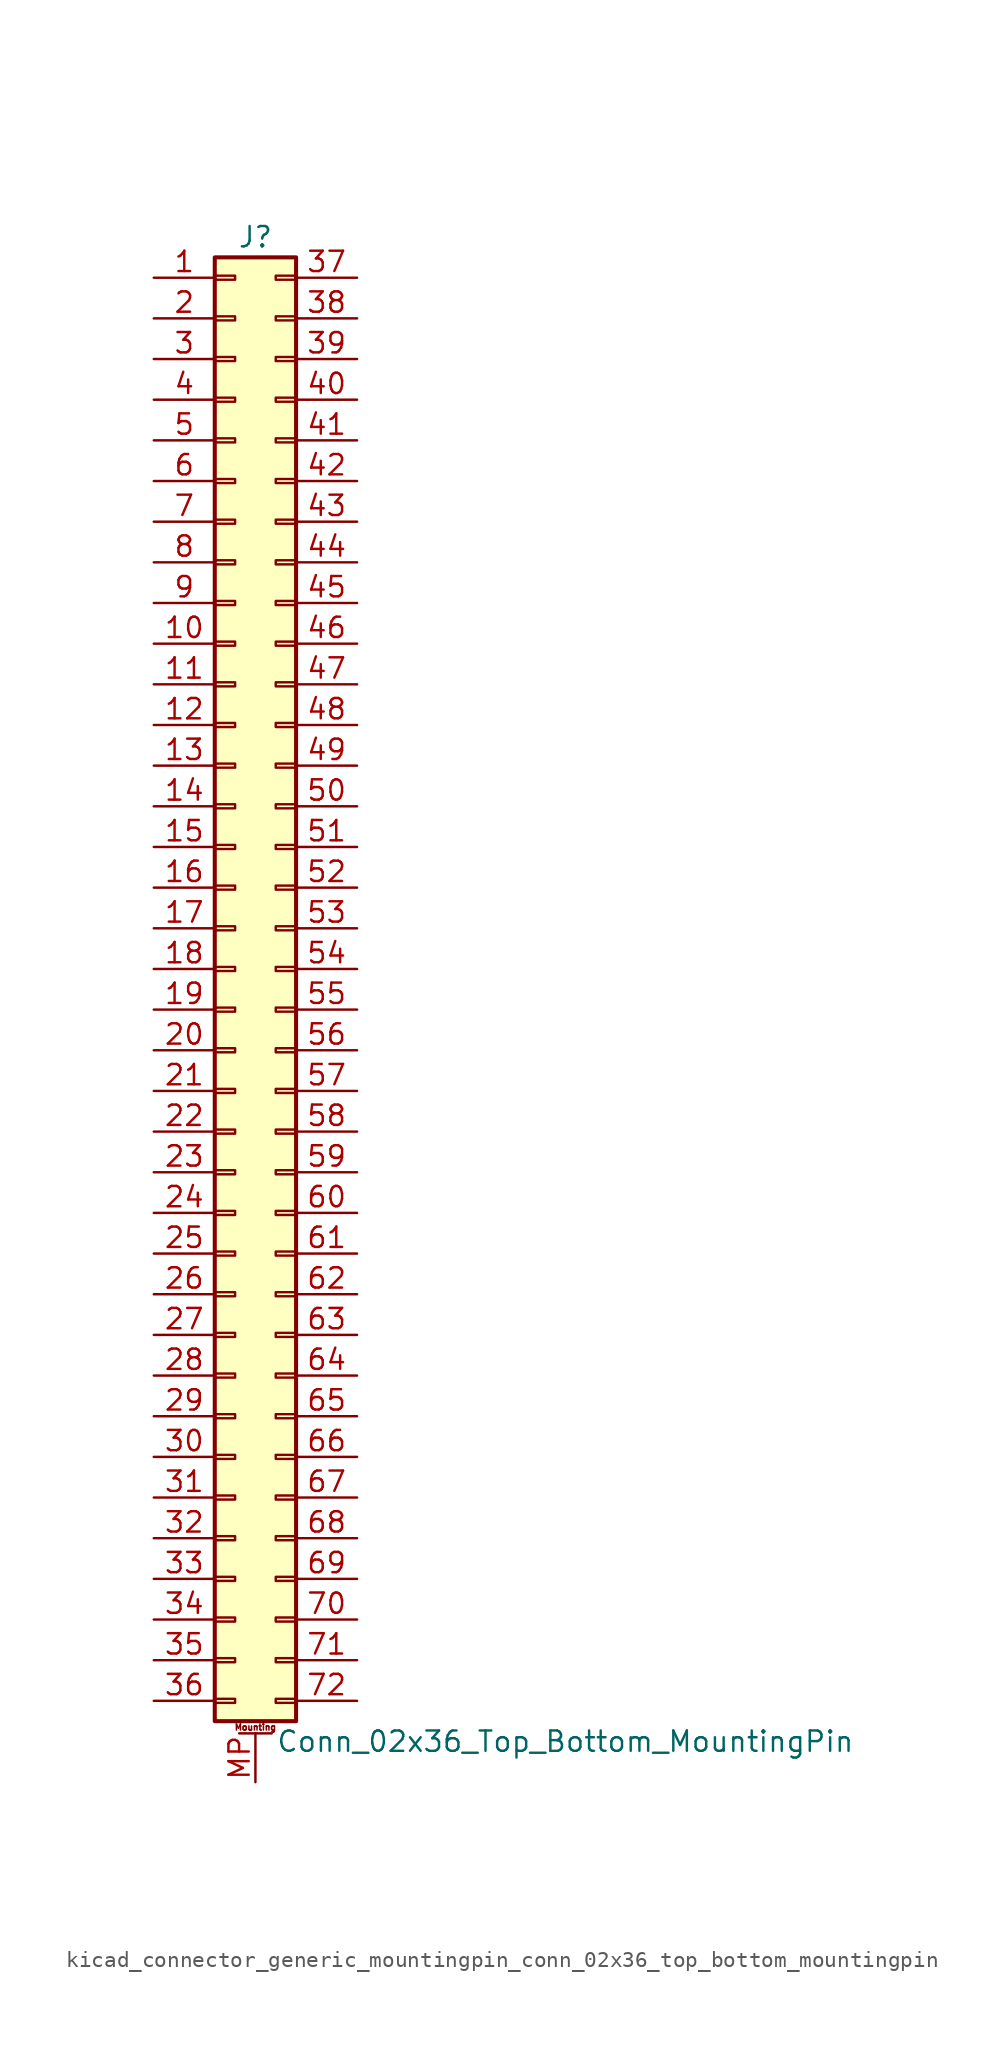
<source format=kicad_sym>
(kicad_symbol_lib
  (version 20220914)
  (generator kicad_symbol_editor)
  (symbol "kicad_connector_generic_mountingpin_conn_02x36_top_bottom_mountingpin"
    (pin_names
      (offset 1.016) hide)
    (property "Reference" "J"
      (at 1.27 45.72 0)
      (effects (font (size 1.27 1.27))))
    (property "Value" "Conn_02x36_Top_Bottom_MountingPin"
      (at 2.54 -48.26 0)
      (effects (font (size 1.27 1.27)) (justify left)))
    (symbol "kicad_connector_generic_mountingpin_conn_02x36_top_bottom_mountingpin_1_1"
      (rectangle (start -1.27 -45.593) (end 0 -45.847) (stroke (width 0.152) (type default)) (fill (type none)))
      (rectangle (start -1.27 -43.053) (end 0 -43.307) (stroke (width 0.152) (type default)) (fill (type none)))
      (rectangle (start -1.27 -40.513) (end 0 -40.767) (stroke (width 0.152) (type default)) (fill (type none)))
      (rectangle (start -1.27 -37.973) (end 0 -38.227) (stroke (width 0.152) (type default)) (fill (type none)))
      (rectangle (start -1.27 -35.433) (end 0 -35.687) (stroke (width 0.152) (type default)) (fill (type none)))
      (rectangle (start -1.27 -32.893) (end 0 -33.147) (stroke (width 0.152) (type default)) (fill (type none)))
      (rectangle (start -1.27 -30.353) (end 0 -30.607) (stroke (width 0.152) (type default)) (fill (type none)))
      (rectangle (start -1.27 -27.813) (end 0 -28.067) (stroke (width 0.152) (type default)) (fill (type none)))
      (rectangle (start -1.27 -25.273) (end 0 -25.527) (stroke (width 0.152) (type default)) (fill (type none)))
      (rectangle (start -1.27 -22.733) (end 0 -22.987) (stroke (width 0.152) (type default)) (fill (type none)))
      (rectangle (start -1.27 -20.193) (end 0 -20.447) (stroke (width 0.152) (type default)) (fill (type none)))
      (rectangle (start -1.27 -17.653) (end 0 -17.907) (stroke (width 0.152) (type default)) (fill (type none)))
      (rectangle (start -1.27 -15.113) (end 0 -15.367) (stroke (width 0.152) (type default)) (fill (type none)))
      (rectangle (start -1.27 -12.573) (end 0 -12.827) (stroke (width 0.152) (type default)) (fill (type none)))
      (rectangle (start -1.27 -10.033) (end 0 -10.287) (stroke (width 0.152) (type default)) (fill (type none)))
      (rectangle (start -1.27 -7.493) (end 0 -7.747) (stroke (width 0.152) (type default)) (fill (type none)))
      (rectangle (start -1.27 -4.953) (end 0 -5.207) (stroke (width 0.152) (type default)) (fill (type none)))
      (rectangle (start -1.27 -2.413) (end 0 -2.667) (stroke (width 0.152) (type default)) (fill (type none)))
      (rectangle (start -1.27 0.127) (end 0 -0.127) (stroke (width 0.152) (type default)) (fill (type none)))
      (rectangle (start -1.27 2.667) (end 0 2.413) (stroke (width 0.152) (type default)) (fill (type none)))
      (rectangle (start -1.27 5.207) (end 0 4.953) (stroke (width 0.152) (type default)) (fill (type none)))
      (rectangle (start -1.27 7.747) (end 0 7.493) (stroke (width 0.152) (type default)) (fill (type none)))
      (rectangle (start -1.27 10.287) (end 0 10.033) (stroke (width 0.152) (type default)) (fill (type none)))
      (rectangle (start -1.27 12.827) (end 0 12.573) (stroke (width 0.152) (type default)) (fill (type none)))
      (rectangle (start -1.27 15.367) (end 0 15.113) (stroke (width 0.152) (type default)) (fill (type none)))
      (rectangle (start -1.27 17.907) (end 0 17.653) (stroke (width 0.152) (type default)) (fill (type none)))
      (rectangle (start -1.27 20.447) (end 0 20.193) (stroke (width 0.152) (type default)) (fill (type none)))
      (rectangle (start -1.27 22.987) (end 0 22.733) (stroke (width 0.152) (type default)) (fill (type none)))
      (rectangle (start -1.27 25.527) (end 0 25.273) (stroke (width 0.152) (type default)) (fill (type none)))
      (rectangle (start -1.27 28.067) (end 0 27.813) (stroke (width 0.152) (type default)) (fill (type none)))
      (rectangle (start -1.27 30.607) (end 0 30.353) (stroke (width 0.152) (type default)) (fill (type none)))
      (rectangle (start -1.27 33.147) (end 0 32.893) (stroke (width 0.152) (type default)) (fill (type none)))
      (rectangle (start -1.27 35.687) (end 0 35.433) (stroke (width 0.152) (type default)) (fill (type none)))
      (rectangle (start -1.27 38.227) (end 0 37.973) (stroke (width 0.152) (type default)) (fill (type none)))
      (rectangle (start -1.27 40.767) (end 0 40.513) (stroke (width 0.152) (type default)) (fill (type none)))
      (rectangle (start -1.27 43.307) (end 0 43.053) (stroke (width 0.152) (type default)) (fill (type none)))
      (rectangle (start -1.27 44.45) (end 3.81 -46.99) (stroke (width 0.254) (type default)) (fill (type background)))
      (polyline (pts (xy 0.254 -47.752) (xy 2.286 -47.752)) (stroke (width 0.152) (type default)) (fill (type none)))
      (rectangle (start 3.81 -45.593) (end 2.54 -45.847) (stroke (width 0.152) (type default)) (fill (type none)))
      (rectangle (start 3.81 -43.053) (end 2.54 -43.307) (stroke (width 0.152) (type default)) (fill (type none)))
      (rectangle (start 3.81 -40.513) (end 2.54 -40.767) (stroke (width 0.152) (type default)) (fill (type none)))
      (rectangle (start 3.81 -37.973) (end 2.54 -38.227) (stroke (width 0.152) (type default)) (fill (type none)))
      (rectangle (start 3.81 -35.433) (end 2.54 -35.687) (stroke (width 0.152) (type default)) (fill (type none)))
      (rectangle (start 3.81 -32.893) (end 2.54 -33.147) (stroke (width 0.152) (type default)) (fill (type none)))
      (rectangle (start 3.81 -30.353) (end 2.54 -30.607) (stroke (width 0.152) (type default)) (fill (type none)))
      (rectangle (start 3.81 -27.813) (end 2.54 -28.067) (stroke (width 0.152) (type default)) (fill (type none)))
      (rectangle (start 3.81 -25.273) (end 2.54 -25.527) (stroke (width 0.152) (type default)) (fill (type none)))
      (rectangle (start 3.81 -22.733) (end 2.54 -22.987) (stroke (width 0.152) (type default)) (fill (type none)))
      (rectangle (start 3.81 -20.193) (end 2.54 -20.447) (stroke (width 0.152) (type default)) (fill (type none)))
      (rectangle (start 3.81 -17.653) (end 2.54 -17.907) (stroke (width 0.152) (type default)) (fill (type none)))
      (rectangle (start 3.81 -15.113) (end 2.54 -15.367) (stroke (width 0.152) (type default)) (fill (type none)))
      (rectangle (start 3.81 -12.573) (end 2.54 -12.827) (stroke (width 0.152) (type default)) (fill (type none)))
      (rectangle (start 3.81 -10.033) (end 2.54 -10.287) (stroke (width 0.152) (type default)) (fill (type none)))
      (rectangle (start 3.81 -7.493) (end 2.54 -7.747) (stroke (width 0.152) (type default)) (fill (type none)))
      (rectangle (start 3.81 -4.953) (end 2.54 -5.207) (stroke (width 0.152) (type default)) (fill (type none)))
      (rectangle (start 3.81 -2.413) (end 2.54 -2.667) (stroke (width 0.152) (type default)) (fill (type none)))
      (rectangle (start 3.81 0.127) (end 2.54 -0.127) (stroke (width 0.152) (type default)) (fill (type none)))
      (rectangle (start 3.81 2.667) (end 2.54 2.413) (stroke (width 0.152) (type default)) (fill (type none)))
      (rectangle (start 3.81 5.207) (end 2.54 4.953) (stroke (width 0.152) (type default)) (fill (type none)))
      (rectangle (start 3.81 7.747) (end 2.54 7.493) (stroke (width 0.152) (type default)) (fill (type none)))
      (rectangle (start 3.81 10.287) (end 2.54 10.033) (stroke (width 0.152) (type default)) (fill (type none)))
      (rectangle (start 3.81 12.827) (end 2.54 12.573) (stroke (width 0.152) (type default)) (fill (type none)))
      (rectangle (start 3.81 15.367) (end 2.54 15.113) (stroke (width 0.152) (type default)) (fill (type none)))
      (rectangle (start 3.81 17.907) (end 2.54 17.653) (stroke (width 0.152) (type default)) (fill (type none)))
      (rectangle (start 3.81 20.447) (end 2.54 20.193) (stroke (width 0.152) (type default)) (fill (type none)))
      (rectangle (start 3.81 22.987) (end 2.54 22.733) (stroke (width 0.152) (type default)) (fill (type none)))
      (rectangle (start 3.81 25.527) (end 2.54 25.273) (stroke (width 0.152) (type default)) (fill (type none)))
      (rectangle (start 3.81 28.067) (end 2.54 27.813) (stroke (width 0.152) (type default)) (fill (type none)))
      (rectangle (start 3.81 30.607) (end 2.54 30.353) (stroke (width 0.152) (type default)) (fill (type none)))
      (rectangle (start 3.81 33.147) (end 2.54 32.893) (stroke (width 0.152) (type default)) (fill (type none)))
      (rectangle (start 3.81 35.687) (end 2.54 35.433) (stroke (width 0.152) (type default)) (fill (type none)))
      (rectangle (start 3.81 38.227) (end 2.54 37.973) (stroke (width 0.152) (type default)) (fill (type none)))
      (rectangle (start 3.81 40.767) (end 2.54 40.513) (stroke (width 0.152) (type default)) (fill (type none)))
      (rectangle (start 3.81 43.307) (end 2.54 43.053) (stroke (width 0.152) (type default)) (fill (type none)))
      (text "Mounting" (at 1.27 -47.371 0) (effects (font (size 0.381 0.381))))
      (pin passive line (at -5.08 43.18 0) (length 3.81) (name "Pin_1" (effects (font (size 1.27 1.27)))) (number "1" (effects (font (size 1.27 1.27)))))
      (pin passive line (at -5.08 20.32 0) (length 3.81) (name "Pin_10" (effects (font (size 1.27 1.27)))) (number "10" (effects (font (size 1.27 1.27)))))
      (pin passive line (at -5.08 17.78 0) (length 3.81) (name "Pin_11" (effects (font (size 1.27 1.27)))) (number "11" (effects (font (size 1.27 1.27)))))
      (pin passive line (at -5.08 15.24 0) (length 3.81) (name "Pin_12" (effects (font (size 1.27 1.27)))) (number "12" (effects (font (size 1.27 1.27)))))
      (pin passive line (at -5.08 12.7 0) (length 3.81) (name "Pin_13" (effects (font (size 1.27 1.27)))) (number "13" (effects (font (size 1.27 1.27)))))
      (pin passive line (at -5.08 10.16 0) (length 3.81) (name "Pin_14" (effects (font (size 1.27 1.27)))) (number "14" (effects (font (size 1.27 1.27)))))
      (pin passive line (at -5.08 7.62 0) (length 3.81) (name "Pin_15" (effects (font (size 1.27 1.27)))) (number "15" (effects (font (size 1.27 1.27)))))
      (pin passive line (at -5.08 5.08 0) (length 3.81) (name "Pin_16" (effects (font (size 1.27 1.27)))) (number "16" (effects (font (size 1.27 1.27)))))
      (pin passive line (at -5.08 2.54 0) (length 3.81) (name "Pin_17" (effects (font (size 1.27 1.27)))) (number "17" (effects (font (size 1.27 1.27)))))
      (pin passive line (at -5.08 0 0) (length 3.81) (name "Pin_18" (effects (font (size 1.27 1.27)))) (number "18" (effects (font (size 1.27 1.27)))))
      (pin passive line (at -5.08 -2.54 0) (length 3.81) (name "Pin_19" (effects (font (size 1.27 1.27)))) (number "19" (effects (font (size 1.27 1.27)))))
      (pin passive line (at -5.08 40.64 0) (length 3.81) (name "Pin_2" (effects (font (size 1.27 1.27)))) (number "2" (effects (font (size 1.27 1.27)))))
      (pin passive line (at -5.08 -5.08 0) (length 3.81) (name "Pin_20" (effects (font (size 1.27 1.27)))) (number "20" (effects (font (size 1.27 1.27)))))
      (pin passive line (at -5.08 -7.62 0) (length 3.81) (name "Pin_21" (effects (font (size 1.27 1.27)))) (number "21" (effects (font (size 1.27 1.27)))))
      (pin passive line (at -5.08 -10.16 0) (length 3.81) (name "Pin_22" (effects (font (size 1.27 1.27)))) (number "22" (effects (font (size 1.27 1.27)))))
      (pin passive line (at -5.08 -12.7 0) (length 3.81) (name "Pin_23" (effects (font (size 1.27 1.27)))) (number "23" (effects (font (size 1.27 1.27)))))
      (pin passive line (at -5.08 -15.24 0) (length 3.81) (name "Pin_24" (effects (font (size 1.27 1.27)))) (number "24" (effects (font (size 1.27 1.27)))))
      (pin passive line (at -5.08 -17.78 0) (length 3.81) (name "Pin_25" (effects (font (size 1.27 1.27)))) (number "25" (effects (font (size 1.27 1.27)))))
      (pin passive line (at -5.08 -20.32 0) (length 3.81) (name "Pin_26" (effects (font (size 1.27 1.27)))) (number "26" (effects (font (size 1.27 1.27)))))
      (pin passive line (at -5.08 -22.86 0) (length 3.81) (name "Pin_27" (effects (font (size 1.27 1.27)))) (number "27" (effects (font (size 1.27 1.27)))))
      (pin passive line (at -5.08 -25.4 0) (length 3.81) (name "Pin_28" (effects (font (size 1.27 1.27)))) (number "28" (effects (font (size 1.27 1.27)))))
      (pin passive line (at -5.08 -27.94 0) (length 3.81) (name "Pin_29" (effects (font (size 1.27 1.27)))) (number "29" (effects (font (size 1.27 1.27)))))
      (pin passive line (at -5.08 38.1 0) (length 3.81) (name "Pin_3" (effects (font (size 1.27 1.27)))) (number "3" (effects (font (size 1.27 1.27)))))
      (pin passive line (at -5.08 -30.48 0) (length 3.81) (name "Pin_30" (effects (font (size 1.27 1.27)))) (number "30" (effects (font (size 1.27 1.27)))))
      (pin passive line (at -5.08 -33.02 0) (length 3.81) (name "Pin_31" (effects (font (size 1.27 1.27)))) (number "31" (effects (font (size 1.27 1.27)))))
      (pin passive line (at -5.08 -35.56 0) (length 3.81) (name "Pin_32" (effects (font (size 1.27 1.27)))) (number "32" (effects (font (size 1.27 1.27)))))
      (pin passive line (at -5.08 -38.1 0) (length 3.81) (name "Pin_33" (effects (font (size 1.27 1.27)))) (number "33" (effects (font (size 1.27 1.27)))))
      (pin passive line (at -5.08 -40.64 0) (length 3.81) (name "Pin_34" (effects (font (size 1.27 1.27)))) (number "34" (effects (font (size 1.27 1.27)))))
      (pin passive line (at -5.08 -43.18 0) (length 3.81) (name "Pin_35" (effects (font (size 1.27 1.27)))) (number "35" (effects (font (size 1.27 1.27)))))
      (pin passive line (at -5.08 -45.72 0) (length 3.81) (name "Pin_36" (effects (font (size 1.27 1.27)))) (number "36" (effects (font (size 1.27 1.27)))))
      (pin passive line (at 7.62 43.18 180) (length 3.81) (name "Pin_37" (effects (font (size 1.27 1.27)))) (number "37" (effects (font (size 1.27 1.27)))))
      (pin passive line (at 7.62 40.64 180) (length 3.81) (name "Pin_38" (effects (font (size 1.27 1.27)))) (number "38" (effects (font (size 1.27 1.27)))))
      (pin passive line (at 7.62 38.1 180) (length 3.81) (name "Pin_39" (effects (font (size 1.27 1.27)))) (number "39" (effects (font (size 1.27 1.27)))))
      (pin passive line (at -5.08 35.56 0) (length 3.81) (name "Pin_4" (effects (font (size 1.27 1.27)))) (number "4" (effects (font (size 1.27 1.27)))))
      (pin passive line (at 7.62 35.56 180) (length 3.81) (name "Pin_40" (effects (font (size 1.27 1.27)))) (number "40" (effects (font (size 1.27 1.27)))))
      (pin passive line (at 7.62 33.02 180) (length 3.81) (name "Pin_41" (effects (font (size 1.27 1.27)))) (number "41" (effects (font (size 1.27 1.27)))))
      (pin passive line (at 7.62 30.48 180) (length 3.81) (name "Pin_42" (effects (font (size 1.27 1.27)))) (number "42" (effects (font (size 1.27 1.27)))))
      (pin passive line (at 7.62 27.94 180) (length 3.81) (name "Pin_43" (effects (font (size 1.27 1.27)))) (number "43" (effects (font (size 1.27 1.27)))))
      (pin passive line (at 7.62 25.4 180) (length 3.81) (name "Pin_44" (effects (font (size 1.27 1.27)))) (number "44" (effects (font (size 1.27 1.27)))))
      (pin passive line (at 7.62 22.86 180) (length 3.81) (name "Pin_45" (effects (font (size 1.27 1.27)))) (number "45" (effects (font (size 1.27 1.27)))))
      (pin passive line (at 7.62 20.32 180) (length 3.81) (name "Pin_46" (effects (font (size 1.27 1.27)))) (number "46" (effects (font (size 1.27 1.27)))))
      (pin passive line (at 7.62 17.78 180) (length 3.81) (name "Pin_47" (effects (font (size 1.27 1.27)))) (number "47" (effects (font (size 1.27 1.27)))))
      (pin passive line (at 7.62 15.24 180) (length 3.81) (name "Pin_48" (effects (font (size 1.27 1.27)))) (number "48" (effects (font (size 1.27 1.27)))))
      (pin passive line (at 7.62 12.7 180) (length 3.81) (name "Pin_49" (effects (font (size 1.27 1.27)))) (number "49" (effects (font (size 1.27 1.27)))))
      (pin passive line (at -5.08 33.02 0) (length 3.81) (name "Pin_5" (effects (font (size 1.27 1.27)))) (number "5" (effects (font (size 1.27 1.27)))))
      (pin passive line (at 7.62 10.16 180) (length 3.81) (name "Pin_50" (effects (font (size 1.27 1.27)))) (number "50" (effects (font (size 1.27 1.27)))))
      (pin passive line (at 7.62 7.62 180) (length 3.81) (name "Pin_51" (effects (font (size 1.27 1.27)))) (number "51" (effects (font (size 1.27 1.27)))))
      (pin passive line (at 7.62 5.08 180) (length 3.81) (name "Pin_52" (effects (font (size 1.27 1.27)))) (number "52" (effects (font (size 1.27 1.27)))))
      (pin passive line (at 7.62 2.54 180) (length 3.81) (name "Pin_53" (effects (font (size 1.27 1.27)))) (number "53" (effects (font (size 1.27 1.27)))))
      (pin passive line (at 7.62 0 180) (length 3.81) (name "Pin_54" (effects (font (size 1.27 1.27)))) (number "54" (effects (font (size 1.27 1.27)))))
      (pin passive line (at 7.62 -2.54 180) (length 3.81) (name "Pin_55" (effects (font (size 1.27 1.27)))) (number "55" (effects (font (size 1.27 1.27)))))
      (pin passive line (at 7.62 -5.08 180) (length 3.81) (name "Pin_56" (effects (font (size 1.27 1.27)))) (number "56" (effects (font (size 1.27 1.27)))))
      (pin passive line (at 7.62 -7.62 180) (length 3.81) (name "Pin_57" (effects (font (size 1.27 1.27)))) (number "57" (effects (font (size 1.27 1.27)))))
      (pin passive line (at 7.62 -10.16 180) (length 3.81) (name "Pin_58" (effects (font (size 1.27 1.27)))) (number "58" (effects (font (size 1.27 1.27)))))
      (pin passive line (at 7.62 -12.7 180) (length 3.81) (name "Pin_59" (effects (font (size 1.27 1.27)))) (number "59" (effects (font (size 1.27 1.27)))))
      (pin passive line (at -5.08 30.48 0) (length 3.81) (name "Pin_6" (effects (font (size 1.27 1.27)))) (number "6" (effects (font (size 1.27 1.27)))))
      (pin passive line (at 7.62 -15.24 180) (length 3.81) (name "Pin_60" (effects (font (size 1.27 1.27)))) (number "60" (effects (font (size 1.27 1.27)))))
      (pin passive line (at 7.62 -17.78 180) (length 3.81) (name "Pin_61" (effects (font (size 1.27 1.27)))) (number "61" (effects (font (size 1.27 1.27)))))
      (pin passive line (at 7.62 -20.32 180) (length 3.81) (name "Pin_62" (effects (font (size 1.27 1.27)))) (number "62" (effects (font (size 1.27 1.27)))))
      (pin passive line (at 7.62 -22.86 180) (length 3.81) (name "Pin_63" (effects (font (size 1.27 1.27)))) (number "63" (effects (font (size 1.27 1.27)))))
      (pin passive line (at 7.62 -25.4 180) (length 3.81) (name "Pin_64" (effects (font (size 1.27 1.27)))) (number "64" (effects (font (size 1.27 1.27)))))
      (pin passive line (at 7.62 -27.94 180) (length 3.81) (name "Pin_65" (effects (font (size 1.27 1.27)))) (number "65" (effects (font (size 1.27 1.27)))))
      (pin passive line (at 7.62 -30.48 180) (length 3.81) (name "Pin_66" (effects (font (size 1.27 1.27)))) (number "66" (effects (font (size 1.27 1.27)))))
      (pin passive line (at 7.62 -33.02 180) (length 3.81) (name "Pin_67" (effects (font (size 1.27 1.27)))) (number "67" (effects (font (size 1.27 1.27)))))
      (pin passive line (at 7.62 -35.56 180) (length 3.81) (name "Pin_68" (effects (font (size 1.27 1.27)))) (number "68" (effects (font (size 1.27 1.27)))))
      (pin passive line (at 7.62 -38.1 180) (length 3.81) (name "Pin_69" (effects (font (size 1.27 1.27)))) (number "69" (effects (font (size 1.27 1.27)))))
      (pin passive line (at -5.08 27.94 0) (length 3.81) (name "Pin_7" (effects (font (size 1.27 1.27)))) (number "7" (effects (font (size 1.27 1.27)))))
      (pin passive line (at 7.62 -40.64 180) (length 3.81) (name "Pin_70" (effects (font (size 1.27 1.27)))) (number "70" (effects (font (size 1.27 1.27)))))
      (pin passive line (at 7.62 -43.18 180) (length 3.81) (name "Pin_71" (effects (font (size 1.27 1.27)))) (number "71" (effects (font (size 1.27 1.27)))))
      (pin passive line (at 7.62 -45.72 180) (length 3.81) (name "Pin_72" (effects (font (size 1.27 1.27)))) (number "72" (effects (font (size 1.27 1.27)))))
      (pin passive line (at -5.08 25.4 0) (length 3.81) (name "Pin_8" (effects (font (size 1.27 1.27)))) (number "8" (effects (font (size 1.27 1.27)))))
      (pin passive line (at -5.08 22.86 0) (length 3.81) (name "Pin_9" (effects (font (size 1.27 1.27)))) (number "9" (effects (font (size 1.27 1.27)))))
      (pin passive line (at 1.27 -50.8 90) (length 3.048) (name "MountPin" (effects (font (size 1.27 1.27)))) (number "MP" (effects (font (size 1.27 1.27))))))))
</source>
